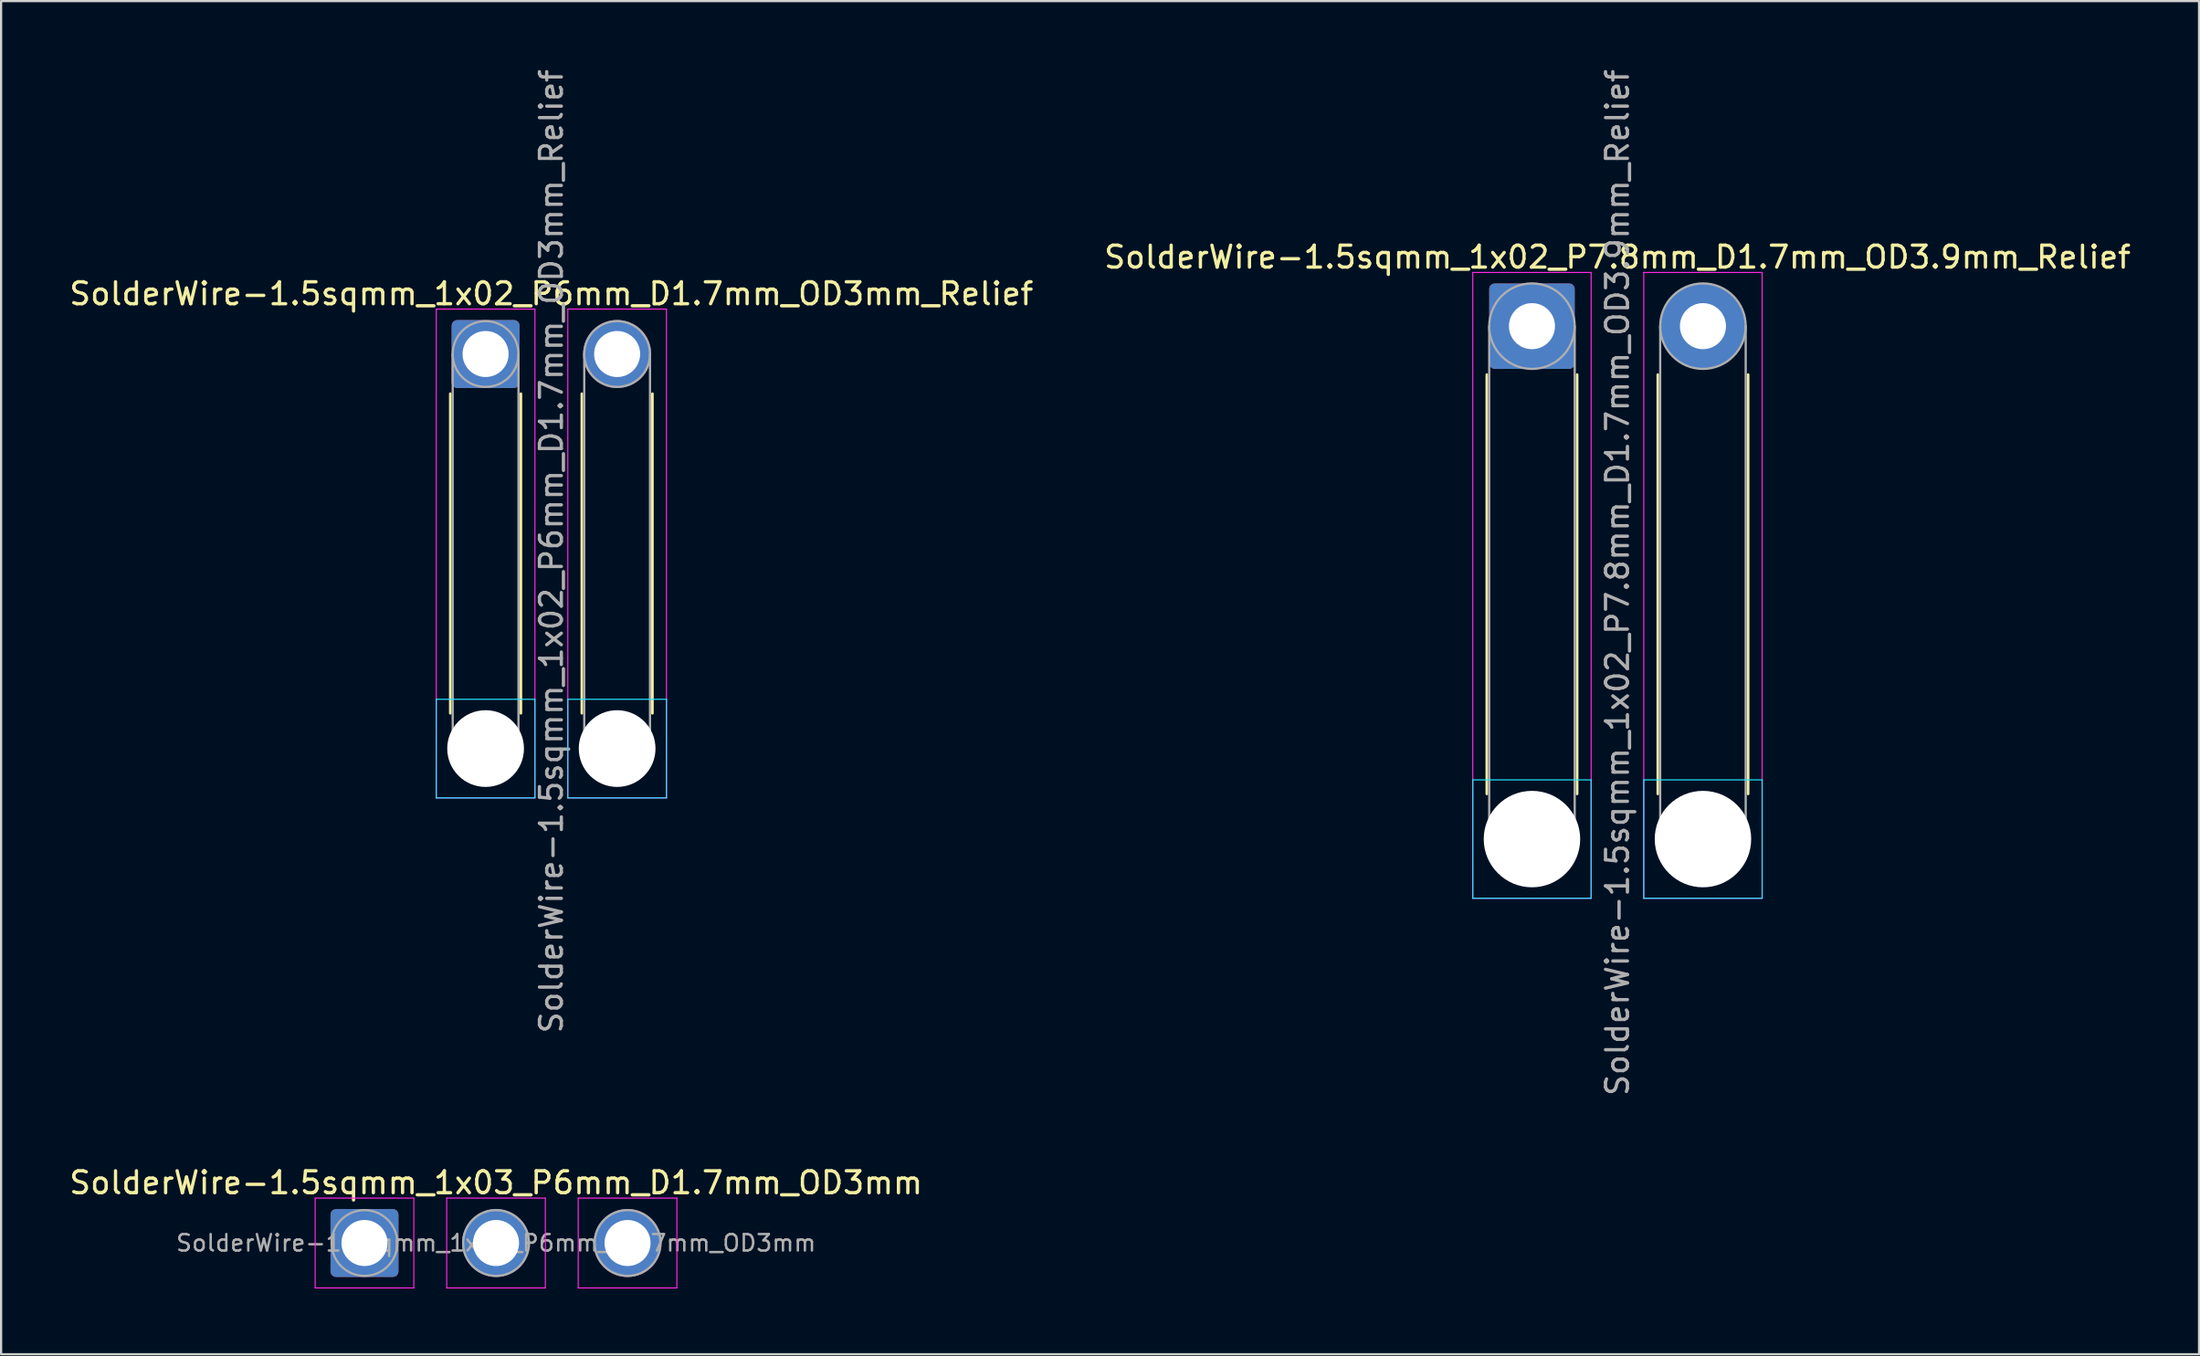
<source format=kicad_pcb>
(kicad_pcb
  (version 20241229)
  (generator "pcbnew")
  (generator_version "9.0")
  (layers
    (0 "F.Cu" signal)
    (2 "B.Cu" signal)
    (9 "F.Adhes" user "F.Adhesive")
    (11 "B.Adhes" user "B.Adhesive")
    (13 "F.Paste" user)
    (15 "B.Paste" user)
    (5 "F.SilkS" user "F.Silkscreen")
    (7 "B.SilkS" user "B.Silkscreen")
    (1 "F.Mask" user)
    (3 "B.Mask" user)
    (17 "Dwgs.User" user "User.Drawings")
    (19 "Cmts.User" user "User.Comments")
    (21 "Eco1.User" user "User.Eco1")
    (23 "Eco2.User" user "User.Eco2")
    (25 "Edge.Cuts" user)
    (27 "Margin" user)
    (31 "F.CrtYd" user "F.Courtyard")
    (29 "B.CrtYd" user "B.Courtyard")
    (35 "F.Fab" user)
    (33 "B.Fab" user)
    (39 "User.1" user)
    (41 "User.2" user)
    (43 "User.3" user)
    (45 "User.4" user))
  (footprint "SolderWire-1.5sqmm_1x02_P6mm_D1.7mm_OD3mm_Relief"
    (layer "F.Cu")
    (at 19.101 13.101)
    (property "Reference" "SolderWire-1.5sqmm_1x02_P6mm_D1.7mm_OD3mm_Relief" (at 3 -2.75 0) (layer "F.SilkS") (effects (font (size 1 1) (thickness 0.15))))
    (attr exclude_from_pos_files exclude_from_bom)
    (fp_line (start -1.61 1.81) (end -1.61 16.39) (stroke (width 0.12) (type solid)) (layer "F.SilkS"))
    (fp_line (start 1.61 1.81) (end 1.61 16.39) (stroke (width 0.12) (type solid)) (layer "F.SilkS"))
    (fp_line (start 4.39 1.81) (end 4.39 16.39) (stroke (width 0.12) (type solid)) (layer "F.SilkS"))
    (fp_line (start 7.61 1.81) (end 7.61 16.39) (stroke (width 0.12) (type solid)) (layer "F.SilkS"))
    (fp_line (start -2.25 15.75) (end -2.25 20.25) (stroke (width 0.05) (type solid)) (layer "B.CrtYd"))
    (fp_line (start -2.25 20.25) (end 2.25 20.25) (stroke (width 0.05) (type solid)) (layer "B.CrtYd"))
    (fp_line (start 2.25 15.75) (end -2.25 15.75) (stroke (width 0.05) (type solid)) (layer "B.CrtYd"))
    (fp_line (start 2.25 20.25) (end 2.25 15.75) (stroke (width 0.05) (type solid)) (layer "B.CrtYd"))
    (fp_line (start 3.75 15.75) (end 3.75 20.25) (stroke (width 0.05) (type solid)) (layer "B.CrtYd"))
    (fp_line (start 3.75 20.25) (end 8.25 20.25) (stroke (width 0.05) (type solid)) (layer "B.CrtYd"))
    (fp_line (start 8.25 15.75) (end 3.75 15.75) (stroke (width 0.05) (type solid)) (layer "B.CrtYd"))
    (fp_line (start 8.25 20.25) (end 8.25 15.75) (stroke (width 0.05) (type solid)) (layer "B.CrtYd"))
    (fp_line (start -2.25 -2.05) (end -2.25 20.25) (stroke (width 0.05) (type solid)) (layer "F.CrtYd"))
    (fp_line (start -2.25 20.25) (end 2.25 20.25) (stroke (width 0.05) (type solid)) (layer "F.CrtYd"))
    (fp_line (start 2.25 -2.05) (end -2.25 -2.05) (stroke (width 0.05) (type solid)) (layer "F.CrtYd"))
    (fp_line (start 2.25 20.25) (end 2.25 -2.05) (stroke (width 0.05) (type solid)) (layer "F.CrtYd"))
    (fp_line (start 3.75 -2.05) (end 3.75 20.25) (stroke (width 0.05) (type solid)) (layer "F.CrtYd"))
    (fp_line (start 3.75 20.25) (end 8.25 20.25) (stroke (width 0.05) (type solid)) (layer "F.CrtYd"))
    (fp_line (start 8.25 -2.05) (end 3.75 -2.05) (stroke (width 0.05) (type solid)) (layer "F.CrtYd"))
    (fp_line (start 8.25 20.25) (end 8.25 -2.05) (stroke (width 0.05) (type solid)) (layer "F.CrtYd"))
    (fp_line (start -1.5 0) (end -1.5 18) (stroke (width 0.1) (type solid)) (layer "F.Fab"))
    (fp_line (start 1.5 0) (end 1.5 18) (stroke (width 0.1) (type solid)) (layer "F.Fab"))
    (fp_line (start 4.5 0) (end 4.5 18) (stroke (width 0.1) (type solid)) (layer "F.Fab"))
    (fp_line (start 7.5 0) (end 7.5 18) (stroke (width 0.1) (type solid)) (layer "F.Fab"))
    (fp_circle (center 0 0) (end 1.5 0) (stroke (width 0.1) (type solid)) (fill no) (layer "F.Fab"))
    (fp_circle (center 0 18) (end 1.5 18) (stroke (width 0.1) (type solid)) (fill no) (layer "F.Fab"))
    (fp_circle (center 6 0) (end 7.5 0) (stroke (width 0.1) (type solid)) (fill no) (layer "F.Fab"))
    (fp_circle (center 6 18) (end 7.5 18) (stroke (width 0.1) (type solid)) (fill no) (layer "F.Fab"))
    (fp_text user "${REFERENCE}" (at 3 9 90) (layer "F.Fab") (effects (font (size 1 1) (thickness 0.15))))
    (pad "" np_thru_hole circle (at 0 18) (size 3.5 3.5) (drill 3.5) (layers "*.Cu" "*.Mask"))
    (pad "" np_thru_hole circle (at 6 18) (size 3.5 3.5) (drill 3.5) (layers "*.Cu" "*.Mask"))
    (pad "1" thru_hole roundrect (at 0 0) (size 3.1 3.1) (drill 2.1) (layers "*.Cu" "*.Mask") (roundrect_rratio 0.081))
    (pad "2" thru_hole circle (at 6 0) (size 3.1 3.1) (drill 2.1) (layers "*.Cu" "*.Mask")))
  (footprint "SolderWire-1.5sqmm_1x03_P6mm_D1.7mm_OD3mm"
    (layer "F.Cu")
    (at 13.577 53.658)
    (property "Reference" "SolderWire-1.5sqmm_1x03_P6mm_D1.7mm_OD3mm" (at 6 -2.75 0) (layer "F.SilkS") (effects (font (size 1 1) (thickness 0.15))))
    (attr exclude_from_pos_files exclude_from_bom)
    (fp_line (start -2.25 -2.05) (end -2.25 2.05) (stroke (width 0.05) (type solid)) (layer "F.CrtYd"))
    (fp_line (start -2.25 2.05) (end 2.25 2.05) (stroke (width 0.05) (type solid)) (layer "F.CrtYd"))
    (fp_line (start 2.25 -2.05) (end -2.25 -2.05) (stroke (width 0.05) (type solid)) (layer "F.CrtYd"))
    (fp_line (start 2.25 2.05) (end 2.25 -2.05) (stroke (width 0.05) (type solid)) (layer "F.CrtYd"))
    (fp_line (start 3.75 -2.05) (end 3.75 2.05) (stroke (width 0.05) (type solid)) (layer "F.CrtYd"))
    (fp_line (start 3.75 2.05) (end 8.25 2.05) (stroke (width 0.05) (type solid)) (layer "F.CrtYd"))
    (fp_line (start 8.25 -2.05) (end 3.75 -2.05) (stroke (width 0.05) (type solid)) (layer "F.CrtYd"))
    (fp_line (start 8.25 2.05) (end 8.25 -2.05) (stroke (width 0.05) (type solid)) (layer "F.CrtYd"))
    (fp_line (start 9.75 -2.05) (end 9.75 2.05) (stroke (width 0.05) (type solid)) (layer "F.CrtYd"))
    (fp_line (start 9.75 2.05) (end 14.25 2.05) (stroke (width 0.05) (type solid)) (layer "F.CrtYd"))
    (fp_line (start 14.25 -2.05) (end 9.75 -2.05) (stroke (width 0.05) (type solid)) (layer "F.CrtYd"))
    (fp_line (start 14.25 2.05) (end 14.25 -2.05) (stroke (width 0.05) (type solid)) (layer "F.CrtYd"))
    (fp_circle (center 0 0) (end 1.5 0) (stroke (width 0.1) (type solid)) (fill no) (layer "F.Fab"))
    (fp_circle (center 6 0) (end 7.5 0) (stroke (width 0.1) (type solid)) (fill no) (layer "F.Fab"))
    (fp_circle (center 12 0) (end 13.5 0) (stroke (width 0.1) (type solid)) (fill no) (layer "F.Fab"))
    (fp_text user "${REFERENCE}" (at 6 0 0) (layer "F.Fab") (effects (font (size 0.75 0.75) (thickness 0.11))))
    (pad "1" thru_hole roundrect (at 0 0) (size 3.1 3.1) (drill 2.1) (layers "*.Cu" "*.Mask") (roundrect_rratio 0.081))
    (pad "2" thru_hole circle (at 6 0) (size 3.1 3.1) (drill 2.1) (layers "*.Cu" "*.Mask"))
    (pad "3" thru_hole circle (at 12 0) (size 3.1 3.1) (drill 2.1) (layers "*.Cu" "*.Mask")))
  (footprint "SolderWire-1.5sqmm_1x02_P7.8mm_D1.7mm_OD3.9mm_Relief"
    (layer "F.Cu")
    (at 66.832 11.83)
    (property "Reference" "SolderWire-1.5sqmm_1x02_P7.8mm_D1.7mm_OD3.9mm_Relief" (at 3.9 -3.15 0) (layer "F.SilkS") (effects (font (size 1 1) (thickness 0.15))))
    (attr exclude_from_pos_files exclude_from_bom)
    (fp_line (start -2.06 2.21) (end -2.06 21.34) (stroke (width 0.12) (type solid)) (layer "F.SilkS"))
    (fp_line (start 2.06 2.21) (end 2.06 21.34) (stroke (width 0.12) (type solid)) (layer "F.SilkS"))
    (fp_line (start 5.74 2.21) (end 5.74 21.34) (stroke (width 0.12) (type solid)) (layer "F.SilkS"))
    (fp_line (start 9.86 2.21) (end 9.86 21.34) (stroke (width 0.12) (type solid)) (layer "F.SilkS"))
    (fp_line (start -2.7 20.7) (end -2.7 26.1) (stroke (width 0.05) (type solid)) (layer "B.CrtYd"))
    (fp_line (start -2.7 26.1) (end 2.7 26.1) (stroke (width 0.05) (type solid)) (layer "B.CrtYd"))
    (fp_line (start 2.7 20.7) (end -2.7 20.7) (stroke (width 0.05) (type solid)) (layer "B.CrtYd"))
    (fp_line (start 2.7 26.1) (end 2.7 20.7) (stroke (width 0.05) (type solid)) (layer "B.CrtYd"))
    (fp_line (start 5.1 20.7) (end 5.1 26.1) (stroke (width 0.05) (type solid)) (layer "B.CrtYd"))
    (fp_line (start 5.1 26.1) (end 10.5 26.1) (stroke (width 0.05) (type solid)) (layer "B.CrtYd"))
    (fp_line (start 10.5 20.7) (end 5.1 20.7) (stroke (width 0.05) (type solid)) (layer "B.CrtYd"))
    (fp_line (start 10.5 26.1) (end 10.5 20.7) (stroke (width 0.05) (type solid)) (layer "B.CrtYd"))
    (fp_line (start -2.7 -2.45) (end -2.7 26.1) (stroke (width 0.05) (type solid)) (layer "F.CrtYd"))
    (fp_line (start -2.7 26.1) (end 2.7 26.1) (stroke (width 0.05) (type solid)) (layer "F.CrtYd"))
    (fp_line (start 2.7 -2.45) (end -2.7 -2.45) (stroke (width 0.05) (type solid)) (layer "F.CrtYd"))
    (fp_line (start 2.7 26.1) (end 2.7 -2.45) (stroke (width 0.05) (type solid)) (layer "F.CrtYd"))
    (fp_line (start 5.1 -2.45) (end 5.1 26.1) (stroke (width 0.05) (type solid)) (layer "F.CrtYd"))
    (fp_line (start 5.1 26.1) (end 10.5 26.1) (stroke (width 0.05) (type solid)) (layer "F.CrtYd"))
    (fp_line (start 10.5 -2.45) (end 5.1 -2.45) (stroke (width 0.05) (type solid)) (layer "F.CrtYd"))
    (fp_line (start 10.5 26.1) (end 10.5 -2.45) (stroke (width 0.05) (type solid)) (layer "F.CrtYd"))
    (fp_line (start -1.95 0) (end -1.95 23.4) (stroke (width 0.1) (type solid)) (layer "F.Fab"))
    (fp_line (start 1.95 0) (end 1.95 23.4) (stroke (width 0.1) (type solid)) (layer "F.Fab"))
    (fp_line (start 5.85 0) (end 5.85 23.4) (stroke (width 0.1) (type solid)) (layer "F.Fab"))
    (fp_line (start 9.75 0) (end 9.75 23.4) (stroke (width 0.1) (type solid)) (layer "F.Fab"))
    (fp_circle (center 0 0) (end 1.95 0) (stroke (width 0.1) (type solid)) (fill no) (layer "F.Fab"))
    (fp_circle (center 0 23.4) (end 1.95 23.4) (stroke (width 0.1) (type solid)) (fill no) (layer "F.Fab"))
    (fp_circle (center 7.8 0) (end 9.75 0) (stroke (width 0.1) (type solid)) (fill no) (layer "F.Fab"))
    (fp_circle (center 7.8 23.4) (end 9.75 23.4) (stroke (width 0.1) (type solid)) (fill no) (layer "F.Fab"))
    (fp_text user "${REFERENCE}" (at 3.9 11.7 90) (layer "F.Fab") (effects (font (size 1 1) (thickness 0.15))))
    (pad "" np_thru_hole circle (at 0 23.4) (size 4.4 4.4) (drill 4.4) (layers "*.Cu" "*.Mask"))
    (pad "" np_thru_hole circle (at 7.8 23.4) (size 4.4 4.4) (drill 4.4) (layers "*.Cu" "*.Mask"))
    (pad "1" thru_hole roundrect (at 0 0) (size 3.9 3.9) (drill 2.1) (layers "*.Cu" "*.Mask") (roundrect_rratio 0.064))
    (pad "2" thru_hole circle (at 7.8 0) (size 3.9 3.9) (drill 2.1) (layers "*.Cu" "*.Mask")))
  (gr_rect
    (start -3 -3)
    (end 97.262 58.733)
    (stroke (width 0.1) (type default))
    (fill no)
    (layer "Edge.Cuts")))
</source>
